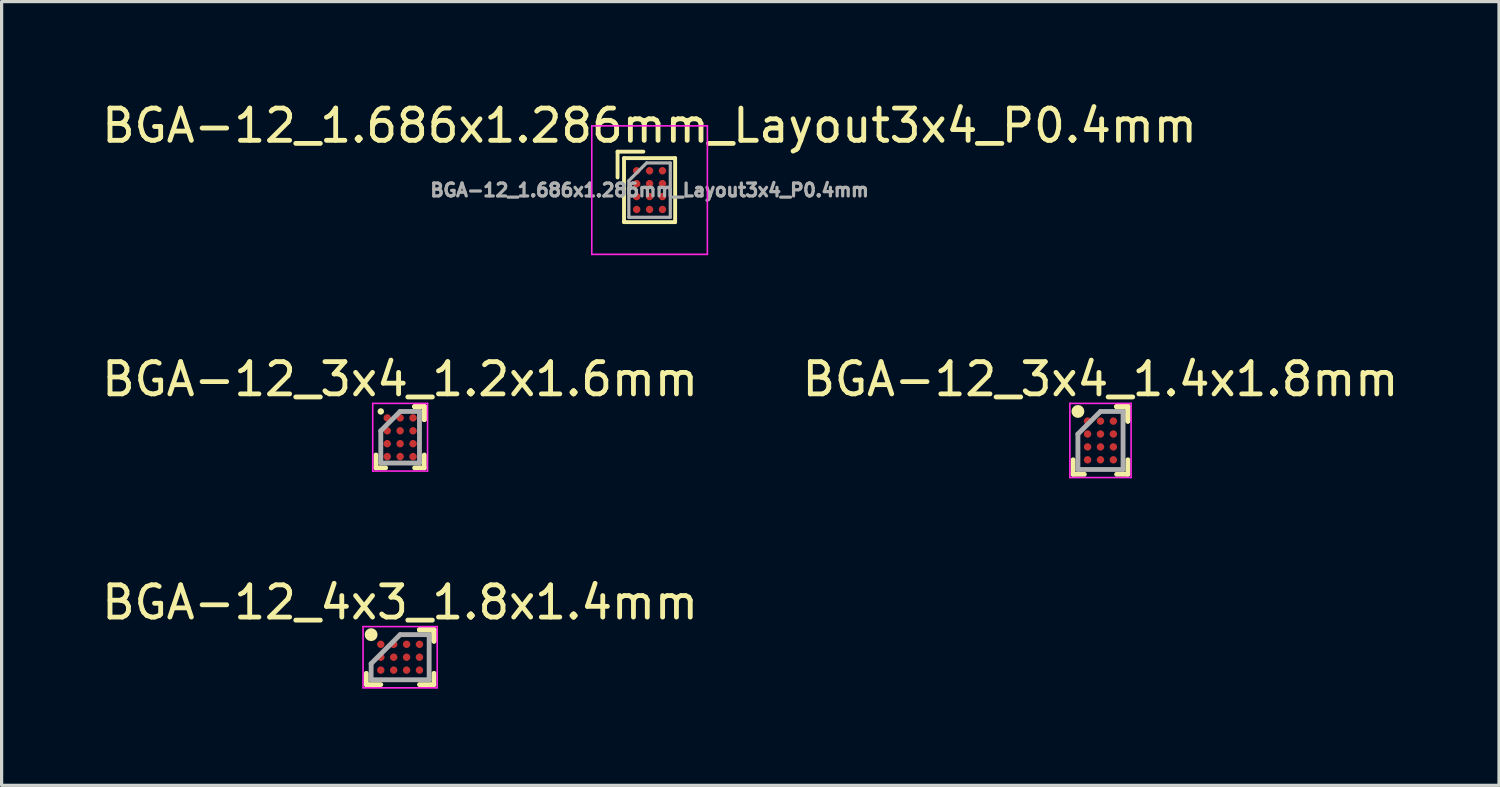
<source format=kicad_pcb>
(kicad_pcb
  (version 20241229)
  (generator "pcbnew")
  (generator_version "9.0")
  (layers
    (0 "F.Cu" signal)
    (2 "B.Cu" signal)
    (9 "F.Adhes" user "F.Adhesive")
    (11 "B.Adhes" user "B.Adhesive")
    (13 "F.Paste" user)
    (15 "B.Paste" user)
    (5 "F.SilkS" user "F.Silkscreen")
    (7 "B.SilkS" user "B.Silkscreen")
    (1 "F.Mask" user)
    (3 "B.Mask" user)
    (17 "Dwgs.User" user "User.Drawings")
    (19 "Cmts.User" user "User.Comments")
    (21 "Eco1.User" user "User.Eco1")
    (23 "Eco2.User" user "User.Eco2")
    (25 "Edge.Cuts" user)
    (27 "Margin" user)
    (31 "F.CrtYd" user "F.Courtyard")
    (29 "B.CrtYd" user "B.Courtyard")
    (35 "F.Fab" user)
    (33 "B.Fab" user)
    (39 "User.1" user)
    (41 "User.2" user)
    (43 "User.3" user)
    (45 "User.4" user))
  (footprint "BGA-12_4x3_1.8x1.4mm"
    (layer "F.Cu")
    (at 9.363 17.338)
    (property "Reference" "BGA-12_4x3_1.8x1.4mm" (at 0 -1.7 0) (layer "F.SilkS") (effects (font (size 1 1) (thickness 0.15))))
    (attr smd)
    (fp_line (start -1.05 0.85) (end -1.05 0.5) (stroke (width 0.15) (type solid)) (layer "F.SilkS"))
    (fp_line (start -0.6 0.85) (end -1.05 0.85) (stroke (width 0.15) (type solid)) (layer "F.SilkS"))
    (fp_line (start 0.6 -0.85) (end 1.05 -0.85) (stroke (width 0.15) (type solid)) (layer "F.SilkS"))
    (fp_line (start 0.6 -0.85) (end 1.05 -0.85) (stroke (width 0.15) (type solid)) (layer "F.SilkS"))
    (fp_line (start 0.6 -0.85) (end 1.05 -0.85) (stroke (width 0.15) (type solid)) (layer "F.SilkS"))
    (fp_line (start 0.6 0.85) (end 1.05 0.85) (stroke (width 0.15) (type solid)) (layer "F.SilkS"))
    (fp_line (start 1.05 -0.85) (end 1.05 -0.5) (stroke (width 0.15) (type solid)) (layer "F.SilkS"))
    (fp_line (start 1.05 -0.85) (end 1.05 -0.5) (stroke (width 0.15) (type solid)) (layer "F.SilkS"))
    (fp_line (start 1.05 -0.85) (end 1.05 -0.5) (stroke (width 0.15) (type solid)) (layer "F.SilkS"))
    (fp_line (start 1.05 0.85) (end 1.05 0.5) (stroke (width 0.15) (type solid)) (layer "F.SilkS"))
    (fp_circle (center -0.9 -0.7) (end -0.9 -0.6) (stroke (width 0.2) (type solid)) (fill no) (layer "F.SilkS"))
    (fp_line (start -1.15 -0.95) (end 1.15 -0.95) (stroke (width 0.05) (type solid)) (layer "F.CrtYd"))
    (fp_line (start -1.15 0.95) (end -1.15 -0.95) (stroke (width 0.05) (type solid)) (layer "F.CrtYd"))
    (fp_line (start 1.15 -0.95) (end 1.15 0.95) (stroke (width 0.05) (type solid)) (layer "F.CrtYd"))
    (fp_line (start 1.15 0.95) (end -1.15 0.95) (stroke (width 0.05) (type solid)) (layer "F.CrtYd"))
    (fp_line (start -0.9 0.2) (end -0.9 0.7) (stroke (width 0.15) (type solid)) (layer "F.Fab"))
    (fp_line (start -0.9 0.7) (end 0.9 0.7) (stroke (width 0.15) (type solid)) (layer "F.Fab"))
    (fp_line (start 0 -0.7) (end -0.9 0.2) (stroke (width 0.15) (type solid)) (layer "F.Fab"))
    (fp_line (start 0.9 -0.7) (end 0 -0.7) (stroke (width 0.15) (type solid)) (layer "F.Fab"))
    (fp_line (start 0.9 0.7) (end 0.9 -0.7) (stroke (width 0.15) (type solid)) (layer "F.Fab"))
    (pad "A1" smd circle (at -0.6 -0.4) (size 0.23 0.23) (layers "F.Cu" "F.Mask" "F.Paste"))
    (pad "A2" smd circle (at -0.2 -0.4) (size 0.23 0.23) (layers "F.Cu" "F.Mask" "F.Paste"))
    (pad "A3" smd circle (at 0.2 -0.4) (size 0.23 0.23) (layers "F.Cu" "F.Mask" "F.Paste"))
    (pad "A4" smd circle (at 0.6 -0.4) (size 0.23 0.23) (layers "F.Cu" "F.Mask" "F.Paste"))
    (pad "B1" smd circle (at -0.6 0) (size 0.23 0.23) (layers "F.Cu" "F.Mask" "F.Paste"))
    (pad "B2" smd circle (at -0.2 0) (size 0.23 0.23) (layers "F.Cu" "F.Mask" "F.Paste"))
    (pad "B3" smd circle (at 0.2 0) (size 0.23 0.23) (layers "F.Cu" "F.Mask" "F.Paste"))
    (pad "B4" smd circle (at 0.6 0) (size 0.23 0.23) (layers "F.Cu" "F.Mask" "F.Paste"))
    (pad "C1" smd circle (at -0.6 0.4) (size 0.23 0.23) (layers "F.Cu" "F.Mask" "F.Paste"))
    (pad "C2" smd circle (at -0.2 0.4) (size 0.23 0.23) (layers "F.Cu" "F.Mask" "F.Paste"))
    (pad "C3" smd circle (at 0.2 0.4) (size 0.23 0.23) (layers "F.Cu" "F.Mask" "F.Paste"))
    (pad "C4" smd circle (at 0.6 0.4) (size 0.23 0.23) (layers "F.Cu" "F.Mask" "F.Paste")))
  (footprint "BGA-12_3x4_1.4x1.8mm"
    (layer "F.Cu")
    (at 31.089 10.614)
    (property "Reference" "BGA-12_3x4_1.4x1.8mm" (at 0 -1.9 0) (layer "F.SilkS") (effects (font (size 1 1) (thickness 0.15))))
    (attr smd)
    (fp_line (start -0.85 1.05) (end -0.85 0.6) (stroke (width 0.15) (type solid)) (layer "F.SilkS"))
    (fp_line (start -0.5 1.05) (end -0.85 1.05) (stroke (width 0.15) (type solid)) (layer "F.SilkS"))
    (fp_line (start 0.5 -1.05) (end 0.85 -1.05) (stroke (width 0.15) (type solid)) (layer "F.SilkS"))
    (fp_line (start 0.5 -1.05) (end 0.85 -1.05) (stroke (width 0.15) (type solid)) (layer "F.SilkS"))
    (fp_line (start 0.5 -1.05) (end 0.85 -1.05) (stroke (width 0.15) (type solid)) (layer "F.SilkS"))
    (fp_line (start 0.5 1.05) (end 0.85 1.05) (stroke (width 0.15) (type solid)) (layer "F.SilkS"))
    (fp_line (start 0.85 -1.05) (end 0.85 -0.6) (stroke (width 0.15) (type solid)) (layer "F.SilkS"))
    (fp_line (start 0.85 -1.05) (end 0.85 -0.6) (stroke (width 0.15) (type solid)) (layer "F.SilkS"))
    (fp_line (start 0.85 -1.05) (end 0.85 -0.6) (stroke (width 0.15) (type solid)) (layer "F.SilkS"))
    (fp_line (start 0.85 1.05) (end 0.85 0.6) (stroke (width 0.15) (type solid)) (layer "F.SilkS"))
    (fp_circle (center -0.7 -0.9) (end -0.7 -0.8) (stroke (width 0.2) (type solid)) (fill no) (layer "F.SilkS"))
    (fp_line (start -0.95 -1.15) (end 0.95 -1.15) (stroke (width 0.05) (type solid)) (layer "F.CrtYd"))
    (fp_line (start -0.95 1.15) (end -0.95 -1.15) (stroke (width 0.05) (type solid)) (layer "F.CrtYd"))
    (fp_line (start 0.95 -1.15) (end 0.95 1.15) (stroke (width 0.05) (type solid)) (layer "F.CrtYd"))
    (fp_line (start 0.95 1.15) (end -0.95 1.15) (stroke (width 0.05) (type solid)) (layer "F.CrtYd"))
    (fp_line (start -0.7 -0.2) (end -0.7 0.9) (stroke (width 0.15) (type solid)) (layer "F.Fab"))
    (fp_line (start -0.7 0.9) (end 0.7 0.9) (stroke (width 0.15) (type solid)) (layer "F.Fab"))
    (fp_line (start 0 -0.9) (end -0.7 -0.2) (stroke (width 0.15) (type solid)) (layer "F.Fab"))
    (fp_line (start 0.7 -0.9) (end 0 -0.9) (stroke (width 0.15) (type solid)) (layer "F.Fab"))
    (fp_line (start 0.7 0.9) (end 0.7 -0.9) (stroke (width 0.15) (type solid)) (layer "F.Fab"))
    (pad "A1" smd circle (at -0.4 -0.6) (size 0.23 0.23) (layers "F.Cu" "F.Mask" "F.Paste"))
    (pad "A2" smd circle (at 0 -0.6) (size 0.23 0.23) (layers "F.Cu" "F.Mask" "F.Paste"))
    (pad "A3" smd circle (at 0.4 -0.6) (size 0.23 0.23) (layers "F.Cu" "F.Mask" "F.Paste"))
    (pad "B1" smd circle (at -0.4 -0.2) (size 0.23 0.23) (layers "F.Cu" "F.Mask" "F.Paste"))
    (pad "B2" smd circle (at 0 -0.2) (size 0.23 0.23) (layers "F.Cu" "F.Mask" "F.Paste"))
    (pad "B3" smd circle (at 0.4 -0.2) (size 0.23 0.23) (layers "F.Cu" "F.Mask" "F.Paste"))
    (pad "C1" smd circle (at -0.4 0.2) (size 0.23 0.23) (layers "F.Cu" "F.Mask" "F.Paste"))
    (pad "C2" smd circle (at 0 0.2) (size 0.23 0.23) (layers "F.Cu" "F.Mask" "F.Paste"))
    (pad "C3" smd circle (at 0.4 0.2) (size 0.23 0.23) (layers "F.Cu" "F.Mask" "F.Paste"))
    (pad "D1" smd circle (at -0.4 0.6) (size 0.23 0.23) (layers "F.Cu" "F.Mask" "F.Paste"))
    (pad "D2" smd circle (at 0 0.6) (size 0.23 0.23) (layers "F.Cu" "F.Mask" "F.Paste"))
    (pad "D3" smd circle (at 0.4 0.6) (size 0.23 0.23) (layers "F.Cu" "F.Mask" "F.Paste")))
  (footprint "BGA-12_1.686x1.286mm_Layout3x4_P0.4mm"
    (layer "F.Cu")
    (at 17.101 2.848)
    (property "Reference" "BGA-12_1.686x1.286mm_Layout3x4_P0.4mm" (at 0 -2 0) (layer "F.SilkS") (effects (font (size 1 1) (thickness 0.15))))
    (attr smd)
    (fp_line (start -0.993 -1.193) (end -0.993 -0.393) (stroke (width 0.12) (type solid)) (layer "F.SilkS"))
    (fp_line (start -0.993 -1.193) (end -0.193 -1.193) (stroke (width 0.12) (type solid)) (layer "F.SilkS"))
    (fp_line (start -0.793 -0.993) (end -0.793 0.993) (stroke (width 0.12) (type solid)) (layer "F.SilkS"))
    (fp_line (start -0.793 0.993) (end 0.793 0.993) (stroke (width 0.12) (type solid)) (layer "F.SilkS"))
    (fp_line (start 0.793 -0.993) (end -0.793 -0.993) (stroke (width 0.12) (type solid)) (layer "F.SilkS"))
    (fp_line (start 0.793 0.993) (end 0.793 -0.993) (stroke (width 0.12) (type solid)) (layer "F.SilkS"))
    (fp_line (start -1.793 -1.993) (end -1.793 1.993) (stroke (width 0.05) (type solid)) (layer "F.CrtYd"))
    (fp_line (start -1.793 -1.993) (end 1.793 -1.993) (stroke (width 0.05) (type solid)) (layer "F.CrtYd"))
    (fp_line (start 1.793 1.993) (end -1.793 1.993) (stroke (width 0.05) (type solid)) (layer "F.CrtYd"))
    (fp_line (start 1.793 1.993) (end 1.793 -1.993) (stroke (width 0.05) (type solid)) (layer "F.CrtYd"))
    (fp_line (start -0.643 -0.293) (end -0.093 -0.843) (stroke (width 0.1) (type solid)) (layer "F.Fab"))
    (fp_line (start -0.643 0.843) (end -0.643 -0.293) (stroke (width 0.1) (type solid)) (layer "F.Fab"))
    (fp_line (start -0.093 -0.843) (end 0.643 -0.843) (stroke (width 0.1) (type solid)) (layer "F.Fab"))
    (fp_line (start 0.643 -0.843) (end 0.643 0.843) (stroke (width 0.1) (type solid)) (layer "F.Fab"))
    (fp_line (start 0.643 0.843) (end -0.643 0.843) (stroke (width 0.1) (type solid)) (layer "F.Fab"))
    (fp_text user "${REFERENCE}" (at 0 0 0) (layer "F.Fab") (effects (font (size 0.4 0.4) (thickness 0.1))))
    (pad "A1" smd circle (at -0.4 -0.6) (size 0.23 0.23) (layers "F.Cu" "F.Mask" "F.Paste"))
    (pad "A2" smd circle (at 0 -0.6) (size 0.23 0.23) (layers "F.Cu" "F.Mask" "F.Paste"))
    (pad "A3" smd circle (at 0.4 -0.6) (size 0.23 0.23) (layers "F.Cu" "F.Mask" "F.Paste"))
    (pad "B1" smd circle (at -0.4 -0.2) (size 0.23 0.23) (layers "F.Cu" "F.Mask" "F.Paste"))
    (pad "B2" smd circle (at 0 -0.2) (size 0.23 0.23) (layers "F.Cu" "F.Mask" "F.Paste"))
    (pad "B3" smd circle (at 0.4 -0.2) (size 0.23 0.23) (layers "F.Cu" "F.Mask" "F.Paste"))
    (pad "C1" smd circle (at -0.4 0.2) (size 0.23 0.23) (layers "F.Cu" "F.Mask" "F.Paste"))
    (pad "C2" smd circle (at 0 0.2) (size 0.23 0.23) (layers "F.Cu" "F.Mask" "F.Paste"))
    (pad "C3" smd circle (at 0.4 0.2) (size 0.23 0.23) (layers "F.Cu" "F.Mask" "F.Paste"))
    (pad "D1" smd circle (at -0.4 0.6) (size 0.23 0.23) (layers "F.Cu" "F.Mask" "F.Paste"))
    (pad "D2" smd circle (at 0 0.6) (size 0.23 0.23) (layers "F.Cu" "F.Mask" "F.Paste"))
    (pad "D3" smd circle (at 0.4 0.6) (size 0.23 0.23) (layers "F.Cu" "F.Mask" "F.Paste")))
  (footprint "BGA-12_3x4_1.2x1.6mm"
    (layer "F.Cu")
    (at 9.363 10.514)
    (property "Reference" "BGA-12_3x4_1.2x1.6mm" (at 0 -1.8 0) (layer "F.SilkS") (effects (font (size 1 1) (thickness 0.15))))
    (attr smd)
    (fp_line (start -0.75 0.95) (end -0.75 0.55) (stroke (width 0.15) (type solid)) (layer "F.SilkS"))
    (fp_line (start -0.45 0.95) (end -0.75 0.95) (stroke (width 0.15) (type solid)) (layer "F.SilkS"))
    (fp_line (start 0.45 -0.95) (end 0.75 -0.95) (stroke (width 0.15) (type solid)) (layer "F.SilkS"))
    (fp_line (start 0.45 -0.95) (end 0.75 -0.95) (stroke (width 0.15) (type solid)) (layer "F.SilkS"))
    (fp_line (start 0.45 -0.95) (end 0.75 -0.95) (stroke (width 0.15) (type solid)) (layer "F.SilkS"))
    (fp_line (start 0.45 0.95) (end 0.75 0.95) (stroke (width 0.15) (type solid)) (layer "F.SilkS"))
    (fp_line (start 0.75 -0.95) (end 0.75 -0.55) (stroke (width 0.15) (type solid)) (layer "F.SilkS"))
    (fp_line (start 0.75 -0.95) (end 0.75 -0.55) (stroke (width 0.15) (type solid)) (layer "F.SilkS"))
    (fp_line (start 0.75 -0.95) (end 0.75 -0.55) (stroke (width 0.15) (type solid)) (layer "F.SilkS"))
    (fp_line (start 0.75 0.95) (end 0.75 0.55) (stroke (width 0.15) (type solid)) (layer "F.SilkS"))
    (fp_circle (center -0.6 -0.8) (end -0.6 -0.75) (stroke (width 0.1) (type solid)) (fill no) (layer "F.SilkS"))
    (fp_line (start -0.85 -1.05) (end 0.85 -1.05) (stroke (width 0.05) (type solid)) (layer "F.CrtYd"))
    (fp_line (start -0.85 1.05) (end -0.85 -1.05) (stroke (width 0.05) (type solid)) (layer "F.CrtYd"))
    (fp_line (start 0.85 -1.05) (end 0.85 1.05) (stroke (width 0.05) (type solid)) (layer "F.CrtYd"))
    (fp_line (start 0.85 1.05) (end -0.85 1.05) (stroke (width 0.05) (type solid)) (layer "F.CrtYd"))
    (fp_line (start -0.6 -0.2) (end -0.6 0.8) (stroke (width 0.15) (type solid)) (layer "F.Fab"))
    (fp_line (start -0.6 0.8) (end 0.6 0.8) (stroke (width 0.15) (type solid)) (layer "F.Fab"))
    (fp_line (start 0 -0.8) (end -0.6 -0.2) (stroke (width 0.15) (type solid)) (layer "F.Fab"))
    (fp_line (start 0.6 -0.8) (end 0 -0.8) (stroke (width 0.15) (type solid)) (layer "F.Fab"))
    (fp_line (start 0.6 0.8) (end 0.6 -0.8) (stroke (width 0.15) (type solid)) (layer "F.Fab"))
    (pad "A1" smd circle (at -0.4 -0.6) (size 0.23 0.23) (layers "F.Cu" "F.Mask" "F.Paste"))
    (pad "A2" smd circle (at 0 -0.6) (size 0.23 0.23) (layers "F.Cu" "F.Mask" "F.Paste"))
    (pad "A3" smd circle (at 0.4 -0.6) (size 0.23 0.23) (layers "F.Cu" "F.Mask" "F.Paste"))
    (pad "B1" smd circle (at -0.4 -0.2) (size 0.23 0.23) (layers "F.Cu" "F.Mask" "F.Paste"))
    (pad "B2" smd circle (at 0 -0.2) (size 0.23 0.23) (layers "F.Cu" "F.Mask" "F.Paste"))
    (pad "B3" smd circle (at 0.4 -0.2) (size 0.23 0.23) (layers "F.Cu" "F.Mask" "F.Paste"))
    (pad "C1" smd circle (at -0.4 0.2) (size 0.23 0.23) (layers "F.Cu" "F.Mask" "F.Paste"))
    (pad "C2" smd circle (at 0 0.2) (size 0.23 0.23) (layers "F.Cu" "F.Mask" "F.Paste"))
    (pad "C3" smd circle (at 0.4 0.2) (size 0.23 0.23) (layers "F.Cu" "F.Mask" "F.Paste"))
    (pad "D1" smd circle (at -0.4 0.6) (size 0.23 0.23) (layers "F.Cu" "F.Mask" "F.Paste"))
    (pad "D2" smd circle (at 0 0.6) (size 0.23 0.23) (layers "F.Cu" "F.Mask" "F.Paste"))
    (pad "D3" smd circle (at 0.4 0.6) (size 0.23 0.23) (layers "F.Cu" "F.Mask" "F.Paste")))
  (gr_rect
    (start -3 -3)
    (end 43.452 21.313)
    (stroke (width 0.1) (type default))
    (fill no)
    (layer "Edge.Cuts")))
</source>
